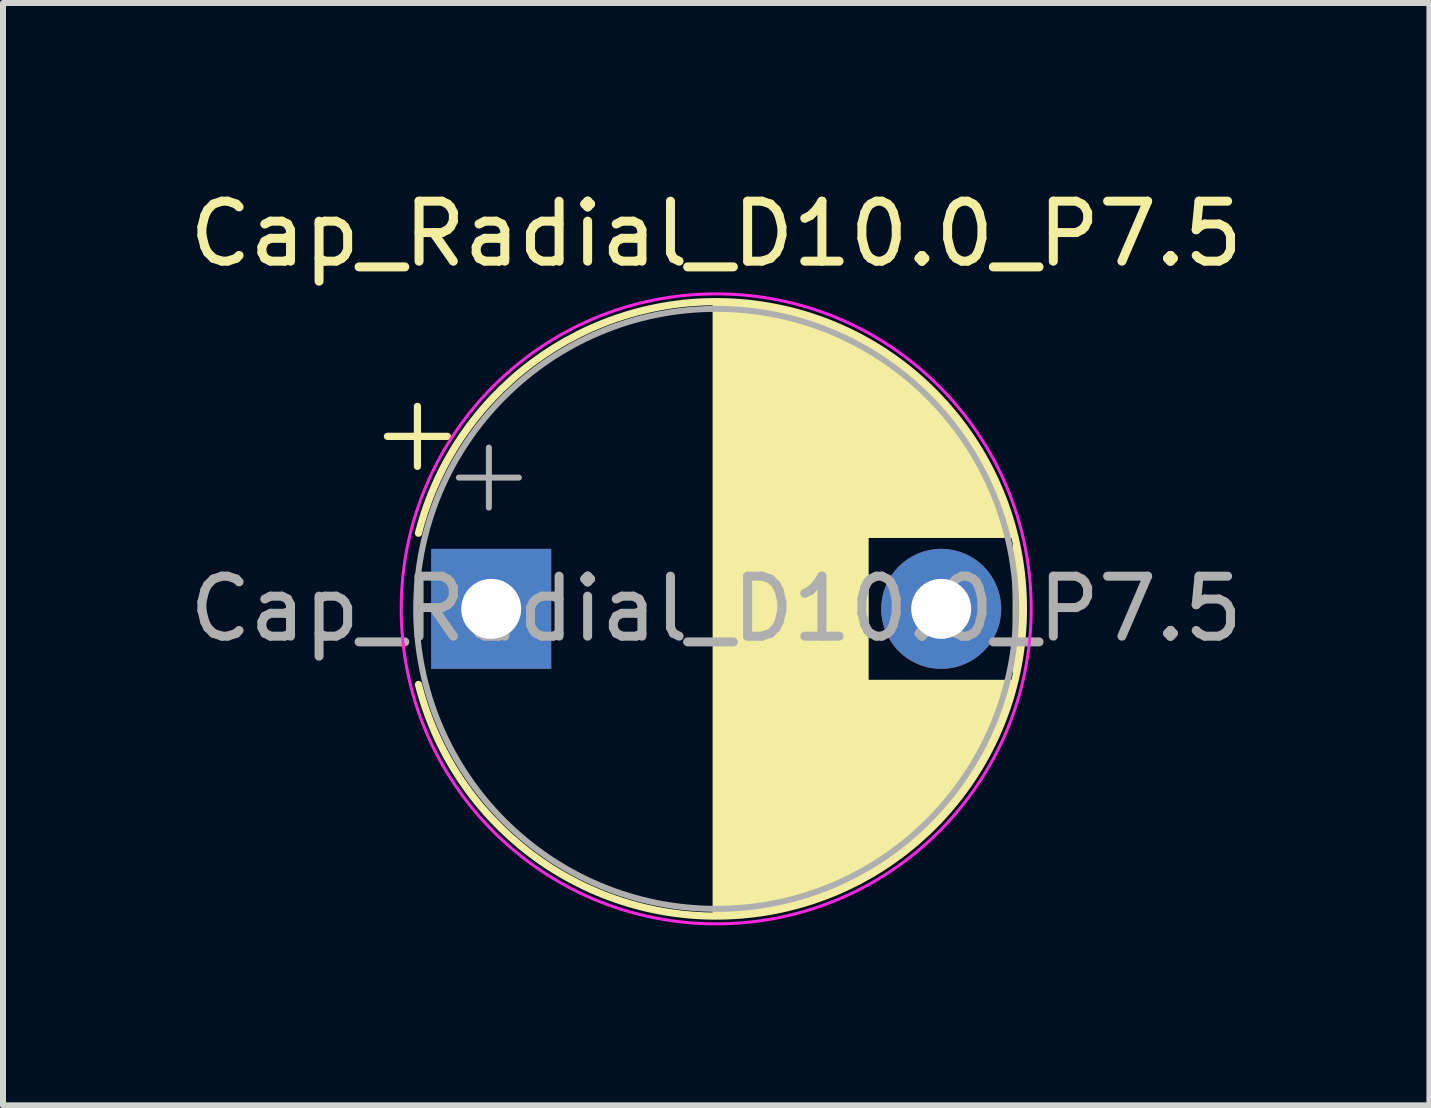
<source format=kicad_pcb>
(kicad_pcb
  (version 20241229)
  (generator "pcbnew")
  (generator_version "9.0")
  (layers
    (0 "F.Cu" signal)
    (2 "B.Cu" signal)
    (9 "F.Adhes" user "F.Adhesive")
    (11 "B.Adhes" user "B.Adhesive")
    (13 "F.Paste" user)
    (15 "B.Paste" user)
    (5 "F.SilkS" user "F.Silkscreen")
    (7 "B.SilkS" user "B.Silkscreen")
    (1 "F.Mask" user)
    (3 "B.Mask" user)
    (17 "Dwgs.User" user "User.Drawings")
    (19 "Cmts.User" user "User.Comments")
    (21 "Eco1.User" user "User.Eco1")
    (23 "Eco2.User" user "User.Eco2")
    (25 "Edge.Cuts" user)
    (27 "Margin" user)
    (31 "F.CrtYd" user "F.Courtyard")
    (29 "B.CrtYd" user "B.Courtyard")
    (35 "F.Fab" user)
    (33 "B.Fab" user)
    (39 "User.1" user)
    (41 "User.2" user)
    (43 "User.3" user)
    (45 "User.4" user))
  (footprint "Cap_Radial_D10.0_P7.5"
    (layer "F.Cu")
    (at 5.137 7.098)
    (property "Reference" "Cap_Radial_D10.0_P7.5" (at 3.75 -6.25 0) (layer "F.SilkS") (effects (font (size 1 1) (thickness 0.15))))
    (fp_line (start -1.73 -2.875) (end -0.73 -2.875) (stroke (width 0.12) (type solid)) (layer "F.SilkS"))
    (fp_line (start -1.23 -3.375) (end -1.23 -2.375) (stroke (width 0.12) (type solid)) (layer "F.SilkS"))
    (fp_line (start 3.75 -5.08) (end 3.75 5.08) (stroke (width 0.12) (type solid)) (layer "F.SilkS"))
    (fp_line (start 3.79 -5.08) (end 3.79 5.08) (stroke (width 0.12) (type solid)) (layer "F.SilkS"))
    (fp_line (start 3.83 -5.08) (end 3.83 5.08) (stroke (width 0.12) (type solid)) (layer "F.SilkS"))
    (fp_line (start 3.87 -5.079) (end 3.87 5.079) (stroke (width 0.12) (type solid)) (layer "F.SilkS"))
    (fp_line (start 3.91 -5.078) (end 3.91 5.078) (stroke (width 0.12) (type solid)) (layer "F.SilkS"))
    (fp_line (start 3.95 -5.077) (end 3.95 5.077) (stroke (width 0.12) (type solid)) (layer "F.SilkS"))
    (fp_line (start 3.99 -5.075) (end 3.99 5.075) (stroke (width 0.12) (type solid)) (layer "F.SilkS"))
    (fp_line (start 4.03 -5.073) (end 4.03 5.073) (stroke (width 0.12) (type solid)) (layer "F.SilkS"))
    (fp_line (start 4.07 -5.07) (end 4.07 5.07) (stroke (width 0.12) (type solid)) (layer "F.SilkS"))
    (fp_line (start 4.11 -5.068) (end 4.11 5.068) (stroke (width 0.12) (type solid)) (layer "F.SilkS"))
    (fp_line (start 4.15 -5.065) (end 4.15 5.065) (stroke (width 0.12) (type solid)) (layer "F.SilkS"))
    (fp_line (start 4.19 -5.062) (end 4.19 5.062) (stroke (width 0.12) (type solid)) (layer "F.SilkS"))
    (fp_line (start 4.23 -5.058) (end 4.23 5.058) (stroke (width 0.12) (type solid)) (layer "F.SilkS"))
    (fp_line (start 4.27 -5.054) (end 4.27 5.054) (stroke (width 0.12) (type solid)) (layer "F.SilkS"))
    (fp_line (start 4.31 -5.05) (end 4.31 5.05) (stroke (width 0.12) (type solid)) (layer "F.SilkS"))
    (fp_line (start 4.35 -5.045) (end 4.35 5.045) (stroke (width 0.12) (type solid)) (layer "F.SilkS"))
    (fp_line (start 4.39 -5.04) (end 4.39 5.04) (stroke (width 0.12) (type solid)) (layer "F.SilkS"))
    (fp_line (start 4.43 -5.035) (end 4.43 5.035) (stroke (width 0.12) (type solid)) (layer "F.SilkS"))
    (fp_line (start 4.471 -5.03) (end 4.471 5.03) (stroke (width 0.12) (type solid)) (layer "F.SilkS"))
    (fp_line (start 4.511 -5.024) (end 4.511 5.024) (stroke (width 0.12) (type solid)) (layer "F.SilkS"))
    (fp_line (start 4.551 -5.018) (end 4.551 5.018) (stroke (width 0.12) (type solid)) (layer "F.SilkS"))
    (fp_line (start 4.591 -5.011) (end 4.591 5.011) (stroke (width 0.12) (type solid)) (layer "F.SilkS"))
    (fp_line (start 4.631 -5.004) (end 4.631 5.004) (stroke (width 0.12) (type solid)) (layer "F.SilkS"))
    (fp_line (start 4.671 -4.997) (end 4.671 4.997) (stroke (width 0.12) (type solid)) (layer "F.SilkS"))
    (fp_line (start 4.711 -4.99) (end 4.711 4.99) (stroke (width 0.12) (type solid)) (layer "F.SilkS"))
    (fp_line (start 4.751 -4.982) (end 4.751 4.982) (stroke (width 0.12) (type solid)) (layer "F.SilkS"))
    (fp_line (start 4.791 -4.974) (end 4.791 4.974) (stroke (width 0.12) (type solid)) (layer "F.SilkS"))
    (fp_line (start 4.831 -4.965) (end 4.831 4.965) (stroke (width 0.12) (type solid)) (layer "F.SilkS"))
    (fp_line (start 4.871 -4.956) (end 4.871 4.956) (stroke (width 0.12) (type solid)) (layer "F.SilkS"))
    (fp_line (start 4.911 -4.947) (end 4.911 4.947) (stroke (width 0.12) (type solid)) (layer "F.SilkS"))
    (fp_line (start 4.951 -4.938) (end 4.951 4.938) (stroke (width 0.12) (type solid)) (layer "F.SilkS"))
    (fp_line (start 4.991 -4.928) (end 4.991 4.928) (stroke (width 0.12) (type solid)) (layer "F.SilkS"))
    (fp_line (start 5.031 -4.918) (end 5.031 4.918) (stroke (width 0.12) (type solid)) (layer "F.SilkS"))
    (fp_line (start 5.071 -4.907) (end 5.071 4.907) (stroke (width 0.12) (type solid)) (layer "F.SilkS"))
    (fp_line (start 5.111 -4.897) (end 5.111 4.897) (stroke (width 0.12) (type solid)) (layer "F.SilkS"))
    (fp_line (start 5.151 -4.885) (end 5.151 4.885) (stroke (width 0.12) (type solid)) (layer "F.SilkS"))
    (fp_line (start 5.191 -4.874) (end 5.191 4.874) (stroke (width 0.12) (type solid)) (layer "F.SilkS"))
    (fp_line (start 5.231 -4.862) (end 5.231 4.862) (stroke (width 0.12) (type solid)) (layer "F.SilkS"))
    (fp_line (start 5.271 -4.85) (end 5.271 4.85) (stroke (width 0.12) (type solid)) (layer "F.SilkS"))
    (fp_line (start 5.311 -4.837) (end 5.311 4.837) (stroke (width 0.12) (type solid)) (layer "F.SilkS"))
    (fp_line (start 5.351 -4.824) (end 5.351 4.824) (stroke (width 0.12) (type solid)) (layer "F.SilkS"))
    (fp_line (start 5.391 -4.811) (end 5.391 4.811) (stroke (width 0.12) (type solid)) (layer "F.SilkS"))
    (fp_line (start 5.431 -4.797) (end 5.431 4.797) (stroke (width 0.12) (type solid)) (layer "F.SilkS"))
    (fp_line (start 5.471 -4.783) (end 5.471 4.783) (stroke (width 0.12) (type solid)) (layer "F.SilkS"))
    (fp_line (start 5.511 -4.768) (end 5.511 4.768) (stroke (width 0.12) (type solid)) (layer "F.SilkS"))
    (fp_line (start 5.551 -4.754) (end 5.551 4.754) (stroke (width 0.12) (type solid)) (layer "F.SilkS"))
    (fp_line (start 5.591 -4.738) (end 5.591 4.738) (stroke (width 0.12) (type solid)) (layer "F.SilkS"))
    (fp_line (start 5.631 -4.723) (end 5.631 4.723) (stroke (width 0.12) (type solid)) (layer "F.SilkS"))
    (fp_line (start 5.671 -4.707) (end 5.671 4.707) (stroke (width 0.12) (type solid)) (layer "F.SilkS"))
    (fp_line (start 5.711 -4.69) (end 5.711 4.69) (stroke (width 0.12) (type solid)) (layer "F.SilkS"))
    (fp_line (start 5.751 -4.674) (end 5.751 4.674) (stroke (width 0.12) (type solid)) (layer "F.SilkS"))
    (fp_line (start 5.791 -4.657) (end 5.791 4.657) (stroke (width 0.12) (type solid)) (layer "F.SilkS"))
    (fp_line (start 5.831 -4.639) (end 5.831 4.639) (stroke (width 0.12) (type solid)) (layer "F.SilkS"))
    (fp_line (start 5.871 -4.621) (end 5.871 4.621) (stroke (width 0.12) (type solid)) (layer "F.SilkS"))
    (fp_line (start 5.911 -4.603) (end 5.911 4.603) (stroke (width 0.12) (type solid)) (layer "F.SilkS"))
    (fp_line (start 5.951 -4.584) (end 5.951 4.584) (stroke (width 0.12) (type solid)) (layer "F.SilkS"))
    (fp_line (start 5.991 -4.564) (end 5.991 4.564) (stroke (width 0.12) (type solid)) (layer "F.SilkS"))
    (fp_line (start 6.031 -4.545) (end 6.031 4.545) (stroke (width 0.12) (type solid)) (layer "F.SilkS"))
    (fp_line (start 6.071 -4.525) (end 6.071 4.525) (stroke (width 0.12) (type solid)) (layer "F.SilkS"))
    (fp_line (start 6.111 -4.504) (end 6.111 4.504) (stroke (width 0.12) (type solid)) (layer "F.SilkS"))
    (fp_line (start 6.151 -4.483) (end 6.151 4.483) (stroke (width 0.12) (type solid)) (layer "F.SilkS"))
    (fp_line (start 6.191 -4.462) (end 6.191 4.462) (stroke (width 0.12) (type solid)) (layer "F.SilkS"))
    (fp_line (start 6.231 -4.44) (end 6.231 4.44) (stroke (width 0.12) (type solid)) (layer "F.SilkS"))
    (fp_line (start 6.271 -4.417) (end 6.271 -1.241) (stroke (width 0.12) (type solid)) (layer "F.SilkS"))
    (fp_line (start 6.271 1.241) (end 6.271 4.417) (stroke (width 0.12) (type solid)) (layer "F.SilkS"))
    (fp_line (start 6.311 -4.395) (end 6.311 -1.241) (stroke (width 0.12) (type solid)) (layer "F.SilkS"))
    (fp_line (start 6.311 1.241) (end 6.311 4.395) (stroke (width 0.12) (type solid)) (layer "F.SilkS"))
    (fp_line (start 6.351 -4.371) (end 6.351 -1.241) (stroke (width 0.12) (type solid)) (layer "F.SilkS"))
    (fp_line (start 6.351 1.241) (end 6.351 4.371) (stroke (width 0.12) (type solid)) (layer "F.SilkS"))
    (fp_line (start 6.391 -4.347) (end 6.391 -1.241) (stroke (width 0.12) (type solid)) (layer "F.SilkS"))
    (fp_line (start 6.391 1.241) (end 6.391 4.347) (stroke (width 0.12) (type solid)) (layer "F.SilkS"))
    (fp_line (start 6.431 -4.323) (end 6.431 -1.241) (stroke (width 0.12) (type solid)) (layer "F.SilkS"))
    (fp_line (start 6.431 1.241) (end 6.431 4.323) (stroke (width 0.12) (type solid)) (layer "F.SilkS"))
    (fp_line (start 6.471 -4.298) (end 6.471 -1.241) (stroke (width 0.12) (type solid)) (layer "F.SilkS"))
    (fp_line (start 6.471 1.241) (end 6.471 4.298) (stroke (width 0.12) (type solid)) (layer "F.SilkS"))
    (fp_line (start 6.511 -4.273) (end 6.511 -1.241) (stroke (width 0.12) (type solid)) (layer "F.SilkS"))
    (fp_line (start 6.511 1.241) (end 6.511 4.273) (stroke (width 0.12) (type solid)) (layer "F.SilkS"))
    (fp_line (start 6.551 -4.247) (end 6.551 -1.241) (stroke (width 0.12) (type solid)) (layer "F.SilkS"))
    (fp_line (start 6.551 1.241) (end 6.551 4.247) (stroke (width 0.12) (type solid)) (layer "F.SilkS"))
    (fp_line (start 6.591 -4.221) (end 6.591 -1.241) (stroke (width 0.12) (type solid)) (layer "F.SilkS"))
    (fp_line (start 6.591 1.241) (end 6.591 4.221) (stroke (width 0.12) (type solid)) (layer "F.SilkS"))
    (fp_line (start 6.631 -4.194) (end 6.631 -1.241) (stroke (width 0.12) (type solid)) (layer "F.SilkS"))
    (fp_line (start 6.631 1.241) (end 6.631 4.194) (stroke (width 0.12) (type solid)) (layer "F.SilkS"))
    (fp_line (start 6.671 -4.166) (end 6.671 -1.241) (stroke (width 0.12) (type solid)) (layer "F.SilkS"))
    (fp_line (start 6.671 1.241) (end 6.671 4.166) (stroke (width 0.12) (type solid)) (layer "F.SilkS"))
    (fp_line (start 6.711 -4.138) (end 6.711 -1.241) (stroke (width 0.12) (type solid)) (layer "F.SilkS"))
    (fp_line (start 6.711 1.241) (end 6.711 4.138) (stroke (width 0.12) (type solid)) (layer "F.SilkS"))
    (fp_line (start 6.751 -4.11) (end 6.751 -1.241) (stroke (width 0.12) (type solid)) (layer "F.SilkS"))
    (fp_line (start 6.751 1.241) (end 6.751 4.11) (stroke (width 0.12) (type solid)) (layer "F.SilkS"))
    (fp_line (start 6.791 -4.08) (end 6.791 -1.241) (stroke (width 0.12) (type solid)) (layer "F.SilkS"))
    (fp_line (start 6.791 1.241) (end 6.791 4.08) (stroke (width 0.12) (type solid)) (layer "F.SilkS"))
    (fp_line (start 6.831 -4.05) (end 6.831 -1.241) (stroke (width 0.12) (type solid)) (layer "F.SilkS"))
    (fp_line (start 6.831 1.241) (end 6.831 4.05) (stroke (width 0.12) (type solid)) (layer "F.SilkS"))
    (fp_line (start 6.871 -4.02) (end 6.871 -1.241) (stroke (width 0.12) (type solid)) (layer "F.SilkS"))
    (fp_line (start 6.871 1.241) (end 6.871 4.02) (stroke (width 0.12) (type solid)) (layer "F.SilkS"))
    (fp_line (start 6.911 -3.989) (end 6.911 -1.241) (stroke (width 0.12) (type solid)) (layer "F.SilkS"))
    (fp_line (start 6.911 1.241) (end 6.911 3.989) (stroke (width 0.12) (type solid)) (layer "F.SilkS"))
    (fp_line (start 6.951 -3.957) (end 6.951 -1.241) (stroke (width 0.12) (type solid)) (layer "F.SilkS"))
    (fp_line (start 6.951 1.241) (end 6.951 3.957) (stroke (width 0.12) (type solid)) (layer "F.SilkS"))
    (fp_line (start 6.991 -3.925) (end 6.991 -1.241) (stroke (width 0.12) (type solid)) (layer "F.SilkS"))
    (fp_line (start 6.991 1.241) (end 6.991 3.925) (stroke (width 0.12) (type solid)) (layer "F.SilkS"))
    (fp_line (start 7.031 -3.892) (end 7.031 -1.241) (stroke (width 0.12) (type solid)) (layer "F.SilkS"))
    (fp_line (start 7.031 1.241) (end 7.031 3.892) (stroke (width 0.12) (type solid)) (layer "F.SilkS"))
    (fp_line (start 7.071 -3.858) (end 7.071 -1.241) (stroke (width 0.12) (type solid)) (layer "F.SilkS"))
    (fp_line (start 7.071 1.241) (end 7.071 3.858) (stroke (width 0.12) (type solid)) (layer "F.SilkS"))
    (fp_line (start 7.111 -3.824) (end 7.111 -1.241) (stroke (width 0.12) (type solid)) (layer "F.SilkS"))
    (fp_line (start 7.111 1.241) (end 7.111 3.824) (stroke (width 0.12) (type solid)) (layer "F.SilkS"))
    (fp_line (start 7.151 -3.789) (end 7.151 -1.241) (stroke (width 0.12) (type solid)) (layer "F.SilkS"))
    (fp_line (start 7.151 1.241) (end 7.151 3.789) (stroke (width 0.12) (type solid)) (layer "F.SilkS"))
    (fp_line (start 7.191 -3.753) (end 7.191 -1.241) (stroke (width 0.12) (type solid)) (layer "F.SilkS"))
    (fp_line (start 7.191 1.241) (end 7.191 3.753) (stroke (width 0.12) (type solid)) (layer "F.SilkS"))
    (fp_line (start 7.231 -3.716) (end 7.231 -1.241) (stroke (width 0.12) (type solid)) (layer "F.SilkS"))
    (fp_line (start 7.231 1.241) (end 7.231 3.716) (stroke (width 0.12) (type solid)) (layer "F.SilkS"))
    (fp_line (start 7.271 -3.679) (end 7.271 -1.241) (stroke (width 0.12) (type solid)) (layer "F.SilkS"))
    (fp_line (start 7.271 1.241) (end 7.271 3.679) (stroke (width 0.12) (type solid)) (layer "F.SilkS"))
    (fp_line (start 7.311 -3.64) (end 7.311 -1.241) (stroke (width 0.12) (type solid)) (layer "F.SilkS"))
    (fp_line (start 7.311 1.241) (end 7.311 3.64) (stroke (width 0.12) (type solid)) (layer "F.SilkS"))
    (fp_line (start 7.351 -3.601) (end 7.351 -1.241) (stroke (width 0.12) (type solid)) (layer "F.SilkS"))
    (fp_line (start 7.351 1.241) (end 7.351 3.601) (stroke (width 0.12) (type solid)) (layer "F.SilkS"))
    (fp_line (start 7.391 -3.561) (end 7.391 -1.241) (stroke (width 0.12) (type solid)) (layer "F.SilkS"))
    (fp_line (start 7.391 1.241) (end 7.391 3.561) (stroke (width 0.12) (type solid)) (layer "F.SilkS"))
    (fp_line (start 7.431 -3.52) (end 7.431 -1.241) (stroke (width 0.12) (type solid)) (layer "F.SilkS"))
    (fp_line (start 7.431 1.241) (end 7.431 3.52) (stroke (width 0.12) (type solid)) (layer "F.SilkS"))
    (fp_line (start 7.471 -3.478) (end 7.471 -1.241) (stroke (width 0.12) (type solid)) (layer "F.SilkS"))
    (fp_line (start 7.471 1.241) (end 7.471 3.478) (stroke (width 0.12) (type solid)) (layer "F.SilkS"))
    (fp_line (start 7.511 -3.436) (end 7.511 -1.241) (stroke (width 0.12) (type solid)) (layer "F.SilkS"))
    (fp_line (start 7.511 1.241) (end 7.511 3.436) (stroke (width 0.12) (type solid)) (layer "F.SilkS"))
    (fp_line (start 7.551 -3.392) (end 7.551 -1.241) (stroke (width 0.12) (type solid)) (layer "F.SilkS"))
    (fp_line (start 7.551 1.241) (end 7.551 3.392) (stroke (width 0.12) (type solid)) (layer "F.SilkS"))
    (fp_line (start 7.591 -3.347) (end 7.591 -1.241) (stroke (width 0.12) (type solid)) (layer "F.SilkS"))
    (fp_line (start 7.591 1.241) (end 7.591 3.347) (stroke (width 0.12) (type solid)) (layer "F.SilkS"))
    (fp_line (start 7.631 -3.301) (end 7.631 -1.241) (stroke (width 0.12) (type solid)) (layer "F.SilkS"))
    (fp_line (start 7.631 1.241) (end 7.631 3.301) (stroke (width 0.12) (type solid)) (layer "F.SilkS"))
    (fp_line (start 7.671 -3.254) (end 7.671 -1.241) (stroke (width 0.12) (type solid)) (layer "F.SilkS"))
    (fp_line (start 7.671 1.241) (end 7.671 3.254) (stroke (width 0.12) (type solid)) (layer "F.SilkS"))
    (fp_line (start 7.711 -3.206) (end 7.711 -1.241) (stroke (width 0.12) (type solid)) (layer "F.SilkS"))
    (fp_line (start 7.711 1.241) (end 7.711 3.206) (stroke (width 0.12) (type solid)) (layer "F.SilkS"))
    (fp_line (start 7.751 -3.156) (end 7.751 -1.241) (stroke (width 0.12) (type solid)) (layer "F.SilkS"))
    (fp_line (start 7.751 1.241) (end 7.751 3.156) (stroke (width 0.12) (type solid)) (layer "F.SilkS"))
    (fp_line (start 7.791 -3.106) (end 7.791 -1.241) (stroke (width 0.12) (type solid)) (layer "F.SilkS"))
    (fp_line (start 7.791 1.241) (end 7.791 3.106) (stroke (width 0.12) (type solid)) (layer "F.SilkS"))
    (fp_line (start 7.831 -3.054) (end 7.831 -1.241) (stroke (width 0.12) (type solid)) (layer "F.SilkS"))
    (fp_line (start 7.831 1.241) (end 7.831 3.054) (stroke (width 0.12) (type solid)) (layer "F.SilkS"))
    (fp_line (start 7.871 -3) (end 7.871 -1.241) (stroke (width 0.12) (type solid)) (layer "F.SilkS"))
    (fp_line (start 7.871 1.241) (end 7.871 3) (stroke (width 0.12) (type solid)) (layer "F.SilkS"))
    (fp_line (start 7.911 -2.945) (end 7.911 -1.241) (stroke (width 0.12) (type solid)) (layer "F.SilkS"))
    (fp_line (start 7.911 1.241) (end 7.911 2.945) (stroke (width 0.12) (type solid)) (layer "F.SilkS"))
    (fp_line (start 7.951 -2.889) (end 7.951 -1.241) (stroke (width 0.12) (type solid)) (layer "F.SilkS"))
    (fp_line (start 7.951 1.241) (end 7.951 2.889) (stroke (width 0.12) (type solid)) (layer "F.SilkS"))
    (fp_line (start 7.991 -2.83) (end 7.991 -1.241) (stroke (width 0.12) (type solid)) (layer "F.SilkS"))
    (fp_line (start 7.991 1.241) (end 7.991 2.83) (stroke (width 0.12) (type solid)) (layer "F.SilkS"))
    (fp_line (start 8.031 -2.77) (end 8.031 -1.241) (stroke (width 0.12) (type solid)) (layer "F.SilkS"))
    (fp_line (start 8.031 1.241) (end 8.031 2.77) (stroke (width 0.12) (type solid)) (layer "F.SilkS"))
    (fp_line (start 8.071 -2.709) (end 8.071 -1.241) (stroke (width 0.12) (type solid)) (layer "F.SilkS"))
    (fp_line (start 8.071 1.241) (end 8.071 2.709) (stroke (width 0.12) (type solid)) (layer "F.SilkS"))
    (fp_line (start 8.111 -2.645) (end 8.111 -1.241) (stroke (width 0.12) (type solid)) (layer "F.SilkS"))
    (fp_line (start 8.111 1.241) (end 8.111 2.645) (stroke (width 0.12) (type solid)) (layer "F.SilkS"))
    (fp_line (start 8.151 -2.579) (end 8.151 -1.241) (stroke (width 0.12) (type solid)) (layer "F.SilkS"))
    (fp_line (start 8.151 1.241) (end 8.151 2.579) (stroke (width 0.12) (type solid)) (layer "F.SilkS"))
    (fp_line (start 8.191 -2.51) (end 8.191 -1.241) (stroke (width 0.12) (type solid)) (layer "F.SilkS"))
    (fp_line (start 8.191 1.241) (end 8.191 2.51) (stroke (width 0.12) (type solid)) (layer "F.SilkS"))
    (fp_line (start 8.231 -2.439) (end 8.231 -1.241) (stroke (width 0.12) (type solid)) (layer "F.SilkS"))
    (fp_line (start 8.231 1.241) (end 8.231 2.439) (stroke (width 0.12) (type solid)) (layer "F.SilkS"))
    (fp_line (start 8.271 -2.365) (end 8.271 -1.241) (stroke (width 0.12) (type solid)) (layer "F.SilkS"))
    (fp_line (start 8.271 1.241) (end 8.271 2.365) (stroke (width 0.12) (type solid)) (layer "F.SilkS"))
    (fp_line (start 8.311 -2.289) (end 8.311 -1.241) (stroke (width 0.12) (type solid)) (layer "F.SilkS"))
    (fp_line (start 8.311 1.241) (end 8.311 2.289) (stroke (width 0.12) (type solid)) (layer "F.SilkS"))
    (fp_line (start 8.351 -2.209) (end 8.351 -1.241) (stroke (width 0.12) (type solid)) (layer "F.SilkS"))
    (fp_line (start 8.351 1.241) (end 8.351 2.209) (stroke (width 0.12) (type solid)) (layer "F.SilkS"))
    (fp_line (start 8.391 -2.125) (end 8.391 -1.241) (stroke (width 0.12) (type solid)) (layer "F.SilkS"))
    (fp_line (start 8.391 1.241) (end 8.391 2.125) (stroke (width 0.12) (type solid)) (layer "F.SilkS"))
    (fp_line (start 8.431 -2.037) (end 8.431 -1.241) (stroke (width 0.12) (type solid)) (layer "F.SilkS"))
    (fp_line (start 8.431 1.241) (end 8.431 2.037) (stroke (width 0.12) (type solid)) (layer "F.SilkS"))
    (fp_line (start 8.471 -1.944) (end 8.471 -1.241) (stroke (width 0.12) (type solid)) (layer "F.SilkS"))
    (fp_line (start 8.471 1.241) (end 8.471 1.944) (stroke (width 0.12) (type solid)) (layer "F.SilkS"))
    (fp_line (start 8.511 -1.846) (end 8.511 -1.241) (stroke (width 0.12) (type solid)) (layer "F.SilkS"))
    (fp_line (start 8.511 1.241) (end 8.511 1.846) (stroke (width 0.12) (type solid)) (layer "F.SilkS"))
    (fp_line (start 8.551 -1.742) (end 8.551 -1.241) (stroke (width 0.12) (type solid)) (layer "F.SilkS"))
    (fp_line (start 8.551 1.241) (end 8.551 1.742) (stroke (width 0.12) (type solid)) (layer "F.SilkS"))
    (fp_line (start 8.591 -1.63) (end 8.591 -1.241) (stroke (width 0.12) (type solid)) (layer "F.SilkS"))
    (fp_line (start 8.591 1.241) (end 8.591 1.63) (stroke (width 0.12) (type solid)) (layer "F.SilkS"))
    (fp_line (start 8.631 -1.51) (end 8.631 -1.241) (stroke (width 0.12) (type solid)) (layer "F.SilkS"))
    (fp_line (start 8.631 1.241) (end 8.631 1.51) (stroke (width 0.12) (type solid)) (layer "F.SilkS"))
    (fp_line (start 8.671 -1.378) (end 8.671 -1.241) (stroke (width 0.12) (type solid)) (layer "F.SilkS"))
    (fp_line (start 8.671 1.241) (end 8.671 1.378) (stroke (width 0.12) (type solid)) (layer "F.SilkS"))
    (fp_line (start 8.751 -1.062) (end 8.751 1.062) (stroke (width 0.12) (type solid)) (layer "F.SilkS"))
    (fp_line (start 8.791 -0.862) (end 8.791 0.862) (stroke (width 0.12) (type solid)) (layer "F.SilkS"))
    (fp_line (start 8.831 -0.599) (end 8.831 0.599) (stroke (width 0.12) (type solid)) (layer "F.SilkS"))
    (fp_arc (start -1.21254 -1.26) (mid 8.87 0) (end -1.21254 1.26) (stroke (width 0.12) (type solid)) (layer "F.SilkS"))
    (fp_circle (center 3.75 0) (end 9 0) (stroke (width 0.05) (type solid)) (fill no) (layer "F.CrtYd"))
    (fp_line (start -0.539 -2.188) (end 0.461 -2.188) (stroke (width 0.1) (type solid)) (layer "F.Fab"))
    (fp_line (start -0.039 -2.688) (end -0.039 -1.688) (stroke (width 0.1) (type solid)) (layer "F.Fab"))
    (fp_circle (center 3.75 0) (end 8.75 0) (stroke (width 0.1) (type solid)) (fill no) (layer "F.Fab"))
    (fp_text user "${REFERENCE}" (at 3.75 0 0) (layer "F.Fab") (effects (font (size 1 1) (thickness 0.15))))
    (pad "1" thru_hole rect (at 0 0) (size 2 2) (drill 1) (layers "*.Cu" "*.Mask"))
    (pad "2" thru_hole circle (at 7.5 0) (size 2 2) (drill 1) (layers "*.Cu" "*.Mask")))
  (gr_rect
    (start -3 -3)
    (end 20.774 15.373)
    (stroke (width 0.1) (type default))
    (fill no)
    (layer "Edge.Cuts")))
</source>
